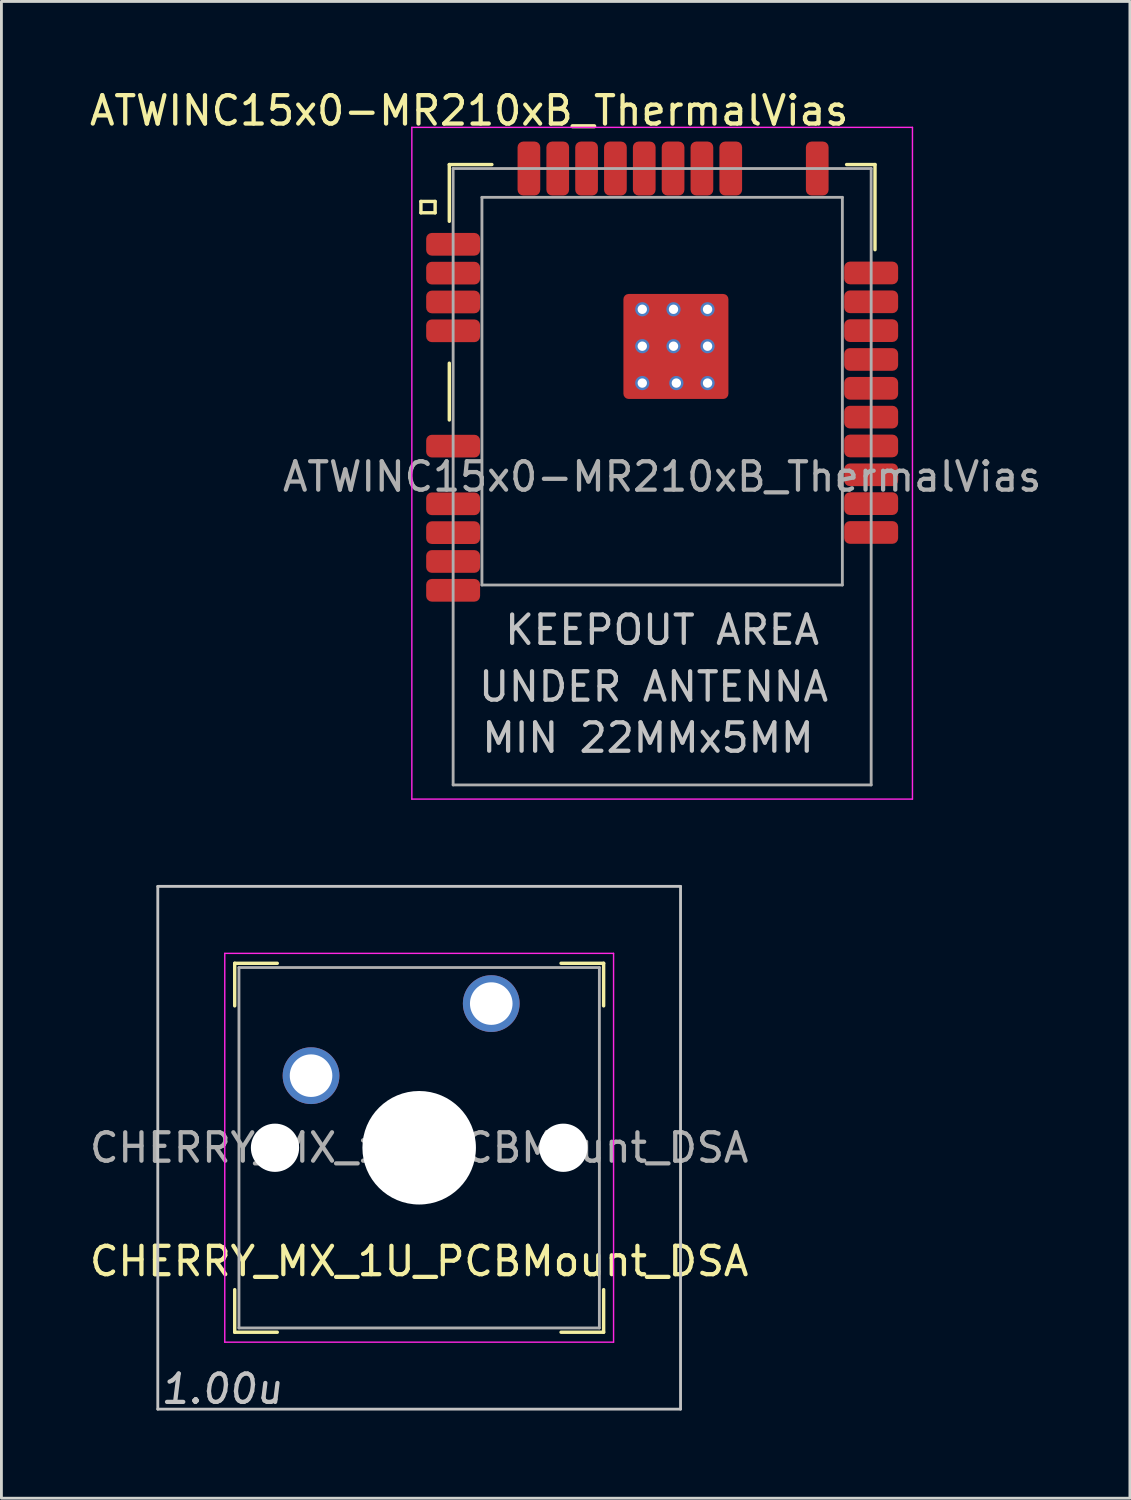
<source format=kicad_pcb>
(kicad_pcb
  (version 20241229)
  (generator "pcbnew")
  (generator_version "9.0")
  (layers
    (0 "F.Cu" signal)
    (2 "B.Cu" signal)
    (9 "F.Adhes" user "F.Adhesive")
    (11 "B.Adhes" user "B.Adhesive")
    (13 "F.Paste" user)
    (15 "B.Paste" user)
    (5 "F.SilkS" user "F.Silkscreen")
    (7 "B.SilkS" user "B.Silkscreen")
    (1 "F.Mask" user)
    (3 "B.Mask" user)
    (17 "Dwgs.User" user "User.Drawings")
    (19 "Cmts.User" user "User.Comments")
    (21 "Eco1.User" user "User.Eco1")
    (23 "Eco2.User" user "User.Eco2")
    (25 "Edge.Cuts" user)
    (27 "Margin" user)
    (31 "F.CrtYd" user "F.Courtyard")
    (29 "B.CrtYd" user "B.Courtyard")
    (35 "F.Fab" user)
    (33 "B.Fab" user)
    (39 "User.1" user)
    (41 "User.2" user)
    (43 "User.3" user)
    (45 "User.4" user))
  (footprint "CHERRY_MX_1U_PCBMount_DSA"
    (layer "F.Cu")
    (at 11.72 37.393)
    (property "Reference" "CHERRY_MX_1U_PCBMount_DSA" (at 0 4 0) (layer "F.SilkS") (effects (font (size 1 1) (thickness 0.15))))
    (attr through_hole)
    (fp_line (start -6.5 -6.5) (end -6.5 -5) (stroke (width 0.12) (type solid)) (layer "F.SilkS"))
    (fp_line (start -6.5 6.5) (end -6.5 5) (stroke (width 0.12) (type solid)) (layer "F.SilkS"))
    (fp_line (start -5 -6.5) (end -6.5 -6.5) (stroke (width 0.12) (type solid)) (layer "F.SilkS"))
    (fp_line (start -5 6.5) (end -6.5 6.5) (stroke (width 0.12) (type solid)) (layer "F.SilkS"))
    (fp_line (start 6.5 -6.5) (end 5 -6.5) (stroke (width 0.12) (type solid)) (layer "F.SilkS"))
    (fp_line (start 6.5 -6.5) (end 6.5 -5) (stroke (width 0.12) (type solid)) (layer "F.SilkS"))
    (fp_line (start 6.5 5) (end 6.5 6.5) (stroke (width 0.12) (type solid)) (layer "F.SilkS"))
    (fp_line (start 6.5 6.5) (end 5 6.5) (stroke (width 0.12) (type solid)) (layer "F.SilkS"))
    (fp_line (start -9.21 -9.21) (end -9.21 9.21) (stroke (width 0.1) (type solid)) (layer "Dwgs.User"))
    (fp_line (start -9.21 -9.21) (end 9.21 -9.21) (stroke (width 0.1) (type solid)) (layer "Dwgs.User"))
    (fp_line (start -9.21 9.21) (end 9.21 9.21) (stroke (width 0.1) (type solid)) (layer "Dwgs.User"))
    (fp_line (start 9.21 9.21) (end 9.21 -9.21) (stroke (width 0.1) (type solid)) (layer "Dwgs.User"))
    (fp_line (start -6.85 -6.85) (end -6.85 6.85) (stroke (width 0.05) (type solid)) (layer "F.CrtYd"))
    (fp_line (start -6.85 -6.85) (end 6.85 -6.85) (stroke (width 0.05) (type solid)) (layer "F.CrtYd"))
    (fp_line (start -6.85 6.85) (end 6.85 6.85) (stroke (width 0.05) (type solid)) (layer "F.CrtYd"))
    (fp_line (start 6.85 6.85) (end 6.85 -6.85) (stroke (width 0.05) (type solid)) (layer "F.CrtYd"))
    (fp_line (start -6.35 -6.35) (end -6.35 6.35) (stroke (width 0.1) (type solid)) (layer "F.Fab"))
    (fp_line (start -6.35 -6.35) (end 6.35 -6.35) (stroke (width 0.1) (type solid)) (layer "F.Fab"))
    (fp_line (start -6.35 6.35) (end 6.35 6.35) (stroke (width 0.1) (type solid)) (layer "F.Fab"))
    (fp_line (start 6.35 -6.35) (end 6.35 6.35) (stroke (width 0.1) (type solid)) (layer "F.Fab"))
    (fp_text user "1.00u" (at -6.95 8.5 0) (layer "Dwgs.User") (effects (font (size 1 1) (thickness 0.15) (italic yes))))
    (fp_text user "${REFERENCE}" (at 0 0 0) (layer "F.Fab") (effects (font (size 1 1) (thickness 0.15))))
    (pad "" np_thru_hole circle (at -5.08 0) (size 1.7 1.7) (drill 1.7) (layers "*.Cu" "*.Mask"))
    (pad "" np_thru_hole circle (at 0 0) (size 4 4) (drill 4) (layers "*.Cu" "*.Mask"))
    (pad "" np_thru_hole circle (at 5.08 0) (size 1.7 1.7) (drill 1.7) (layers "*.Cu" "*.Mask"))
    (pad "1" thru_hole circle (at -3.81 -2.54) (size 2 2) (drill 1.5) (layers "*.Cu" "*.Mask"))
    (pad "2" thru_hole circle (at 2.54 -5.08) (size 2 2) (drill 1.5) (layers "*.Cu" "*.Mask")))
  (footprint "ATWINC15x0-MR210xB_ThermalVias"
    (layer "F.Cu")
    (at 20.282 13.748)
    (property "Reference" "ATWINC15x0-MR210xB_ThermalVias" (at -6.8 -12.9 0) (layer "F.SilkS") (effects (font (size 1 1) (thickness 0.15))))
    (attr smd)
    (fp_line (start -8.5 -9.7) (end -8 -9.7) (stroke (width 0.12) (type solid)) (layer "F.SilkS"))
    (fp_line (start -8.5 -9.3) (end -8.5 -9.7) (stroke (width 0.12) (type solid)) (layer "F.SilkS"))
    (fp_line (start -8 -9.7) (end -8 -9.3) (stroke (width 0.12) (type solid)) (layer "F.SilkS"))
    (fp_line (start -8 -9.3) (end -8.5 -9.3) (stroke (width 0.12) (type solid)) (layer "F.SilkS"))
    (fp_line (start -7.5 -11) (end -7.5 -9) (stroke (width 0.12) (type solid)) (layer "F.SilkS"))
    (fp_line (start -7.5 -4) (end -7.5 -2) (stroke (width 0.12) (type solid)) (layer "F.SilkS"))
    (fp_line (start -6 -11) (end -7.5 -11) (stroke (width 0.12) (type solid)) (layer "F.SilkS"))
    (fp_line (start 6.5 -11) (end 7.5 -11) (stroke (width 0.12) (type solid)) (layer "F.SilkS"))
    (fp_line (start 7.5 -11) (end 7.5 -8) (stroke (width 0.12) (type solid)) (layer "F.SilkS"))
    (fp_line (start -8.82 -12.31) (end -8.82 11.36) (stroke (width 0.05) (type solid)) (layer "F.CrtYd"))
    (fp_line (start -8.82 -12.31) (end 8.82 -12.31) (stroke (width 0.05) (type solid)) (layer "F.CrtYd"))
    (fp_line (start -8.82 11.36) (end 8.82 11.36) (stroke (width 0.05) (type solid)) (layer "F.CrtYd"))
    (fp_line (start 8.82 -12.31) (end 8.82 11.36) (stroke (width 0.05) (type solid)) (layer "F.CrtYd"))
    (fp_line (start -7.365 -10.86) (end -7.365 10.86) (stroke (width 0.1) (type solid)) (layer "F.Fab"))
    (fp_line (start -7.365 -10.86) (end 7.365 -10.86) (stroke (width 0.1) (type solid)) (layer "F.Fab"))
    (fp_line (start -7.365 10.86) (end 7.365 10.86) (stroke (width 0.1) (type solid)) (layer "F.Fab"))
    (fp_line (start -6.35 -9.845) (end -6.35 3.815) (stroke (width 0.1) (type solid)) (layer "F.Fab"))
    (fp_line (start -6.35 -9.845) (end 6.35 -9.845) (stroke (width 0.1) (type solid)) (layer "F.Fab"))
    (fp_line (start -6.35 3.815) (end 6.35 3.815) (stroke (width 0.1) (type solid)) (layer "F.Fab"))
    (fp_line (start 6.35 -9.845) (end 6.35 3.815) (stroke (width 0.1) (type solid)) (layer "F.Fab"))
    (fp_line (start 7.365 -10.86) (end 7.365 10.86) (stroke (width 0.1) (type solid)) (layer "F.Fab"))
    (fp_text user "UNDER ANTENNA" (at -0.3 7.4 0) (layer "Dwgs.User") (effects (font (size 1 1) (thickness 0.15))))
    (fp_text user "MIN 22MMx5MM" (at -0.5 9.2 0) (layer "Dwgs.User") (effects (font (size 1 1) (thickness 0.15))))
    (fp_text user "KEEPOUT AREA" (at 0 5.4 0) (layer "Dwgs.User") (effects (font (size 1 1) (thickness 0.15))))
    (fp_text user "${REFERENCE}" (at 0 0 0) (layer "F.Fab") (effects (font (size 1 1) (thickness 0.15))))
    (pad "1" smd roundrect (at -7.365 -8.19 180) (size 1.9 0.8) (layers "F.Cu" "F.Mask" "F.Paste") (roundrect_rratio 0.25))
    (pad "2" smd roundrect (at -7.365 -7.174 180) (size 1.9 0.8) (layers "F.Cu" "F.Mask" "F.Paste") (roundrect_rratio 0.25))
    (pad "3" smd roundrect (at -7.365 -6.158 180) (size 1.9 0.8) (layers "F.Cu" "F.Mask" "F.Paste") (roundrect_rratio 0.25))
    (pad "4" smd roundrect (at -7.365 -5.142 180) (size 1.9 0.8) (layers "F.Cu" "F.Mask" "F.Paste") (roundrect_rratio 0.25))
    (pad "5" smd roundrect (at -7.365 -1.078 180) (size 1.9 0.8) (layers "F.Cu" "F.Mask" "F.Paste") (roundrect_rratio 0.25))
    (pad "6" smd roundrect (at -7.365 0.954 180) (size 1.9 0.8) (layers "F.Cu" "F.Mask" "F.Paste") (roundrect_rratio 0.25))
    (pad "7" smd roundrect (at -7.365 1.97 180) (size 1.9 0.8) (layers "F.Cu" "F.Mask" "F.Paste") (roundrect_rratio 0.25))
    (pad "8" smd roundrect (at -7.365 2.986 180) (size 1.9 0.8) (layers "F.Cu" "F.Mask" "F.Paste") (roundrect_rratio 0.25))
    (pad "9" smd roundrect (at -7.365 4.002 180) (size 1.9 0.8) (layers "F.Cu" "F.Mask" "F.Paste") (roundrect_rratio 0.25))
    (pad "10" smd roundrect (at 7.365 1.964 180) (size 1.9 0.8) (layers "F.Cu" "F.Mask" "F.Paste") (roundrect_rratio 0.25))
    (pad "11" smd roundrect (at 7.365 0.948 180) (size 1.9 0.8) (layers "F.Cu" "F.Mask" "F.Paste") (roundrect_rratio 0.25))
    (pad "12" smd roundrect (at 7.365 -0.068 180) (size 1.9 0.8) (layers "F.Cu" "F.Mask" "F.Paste") (roundrect_rratio 0.25))
    (pad "13" smd roundrect (at 7.365 -1.084 180) (size 1.9 0.8) (layers "F.Cu" "F.Mask" "F.Paste") (roundrect_rratio 0.25))
    (pad "14" smd roundrect (at 7.365 -2.1 180) (size 1.9 0.8) (layers "F.Cu" "F.Mask" "F.Paste") (roundrect_rratio 0.25))
    (pad "15" smd roundrect (at 7.365 -3.116 180) (size 1.9 0.8) (layers "F.Cu" "F.Mask" "F.Paste") (roundrect_rratio 0.25))
    (pad "16" smd roundrect (at 7.365 -4.132 180) (size 1.9 0.8) (layers "F.Cu" "F.Mask" "F.Paste") (roundrect_rratio 0.25))
    (pad "17" smd roundrect (at 7.365 -5.148 180) (size 1.9 0.8) (layers "F.Cu" "F.Mask" "F.Paste") (roundrect_rratio 0.25))
    (pad "18" smd roundrect (at 7.365 -6.164 180) (size 1.9 0.8) (layers "F.Cu" "F.Mask" "F.Paste") (roundrect_rratio 0.25))
    (pad "19" smd roundrect (at 7.365 -7.18 180) (size 1.9 0.8) (layers "F.Cu" "F.Mask" "F.Paste") (roundrect_rratio 0.25))
    (pad "20" smd roundrect (at 5.465 -10.86 270) (size 1.9 0.8) (layers "F.Cu" "F.Mask" "F.Paste") (roundrect_rratio 0.25))
    (pad "21" smd roundrect (at 2.417 -10.86 270) (size 1.9 0.8) (layers "F.Cu" "F.Mask" "F.Paste") (roundrect_rratio 0.25))
    (pad "22" smd roundrect (at 1.401 -10.86 270) (size 1.9 0.8) (layers "F.Cu" "F.Mask" "F.Paste") (roundrect_rratio 0.25))
    (pad "23" smd roundrect (at 0.385 -10.86 270) (size 1.9 0.8) (layers "F.Cu" "F.Mask" "F.Paste") (roundrect_rratio 0.25))
    (pad "24" smd roundrect (at -0.631 -10.86 270) (size 1.9 0.8) (layers "F.Cu" "F.Mask" "F.Paste") (roundrect_rratio 0.25))
    (pad "25" smd roundrect (at -1.647 -10.86 270) (size 1.9 0.8) (layers "F.Cu" "F.Mask" "F.Paste") (roundrect_rratio 0.25))
    (pad "26" smd roundrect (at -2.663 -10.86 270) (size 1.9 0.8) (layers "F.Cu" "F.Mask" "F.Paste") (roundrect_rratio 0.25))
    (pad "27" smd roundrect (at -3.679 -10.86 270) (size 1.9 0.8) (layers "F.Cu" "F.Mask" "F.Paste") (roundrect_rratio 0.25))
    (pad "28" smd roundrect (at -4.695 -10.86 270) (size 1.9 0.8) (layers "F.Cu" "F.Mask" "F.Paste") (roundrect_rratio 0.25))
    (pad "29" thru_hole circle (at -0.7 -5.9 270) (size 0.5 0.5) (drill 0.33) (layers "*.Cu" "*.Mask"))
    (pad "29" thru_hole circle (at -0.7 -4.6 270) (size 0.5 0.5) (drill 0.33) (layers "*.Cu" "*.Mask"))
    (pad "29" thru_hole circle (at -0.7 -3.3 270) (size 0.5 0.5) (drill 0.33) (layers "*.Cu" "*.Mask"))
    (pad "29" smd roundrect (at -0.2 -5.4) (size 1.1 1.1) (layers "F.Cu" "F.Paste") (roundrect_rratio 0.05))
    (pad "29" smd roundrect (at -0.2 -3.8) (size 1.1 1.1) (layers "F.Cu" "F.Paste") (roundrect_rratio 0.05))
    (pad "29" thru_hole circle (at 0.4 -5.9 270) (size 0.5 0.5) (drill 0.33) (layers "*.Cu" "*.Mask"))
    (pad "29" thru_hole circle (at 0.4 -4.6 270) (size 0.5 0.5) (drill 0.33) (layers "*.Cu" "*.Mask"))
    (pad "29" smd roundrect (at 0.485 -4.59) (size 3.7 3.7) (layers "F.Cu" "F.Mask") (roundrect_rratio 0.05))
    (pad "29" thru_hole circle (at 0.5 -3.3 270) (size 0.5 0.5) (drill 0.33) (layers "*.Cu" "*.Mask"))
    (pad "29" smd roundrect (at 1.1 -5.4) (size 1.1 1.1) (layers "F.Cu" "F.Paste") (roundrect_rratio 0.05))
    (pad "29" smd roundrect (at 1.1 -3.8) (size 1.1 1.1) (layers "F.Cu" "F.Paste") (roundrect_rratio 0.05))
    (pad "29" thru_hole circle (at 1.6 -5.9 270) (size 0.5 0.5) (drill 0.33) (layers "*.Cu" "*.Mask"))
    (pad "29" thru_hole circle (at 1.6 -4.6 270) (size 0.5 0.5) (drill 0.33) (layers "*.Cu" "*.Mask"))
    (pad "29" thru_hole circle (at 1.6 -3.3 270) (size 0.5 0.5) (drill 0.33) (layers "*.Cu" "*.Mask")))
  (gr_rect
    (start -3 -3)
    (end 36.764 49.742)
    (stroke (width 0.1) (type default))
    (fill no)
    (layer "Edge.Cuts")))
</source>
